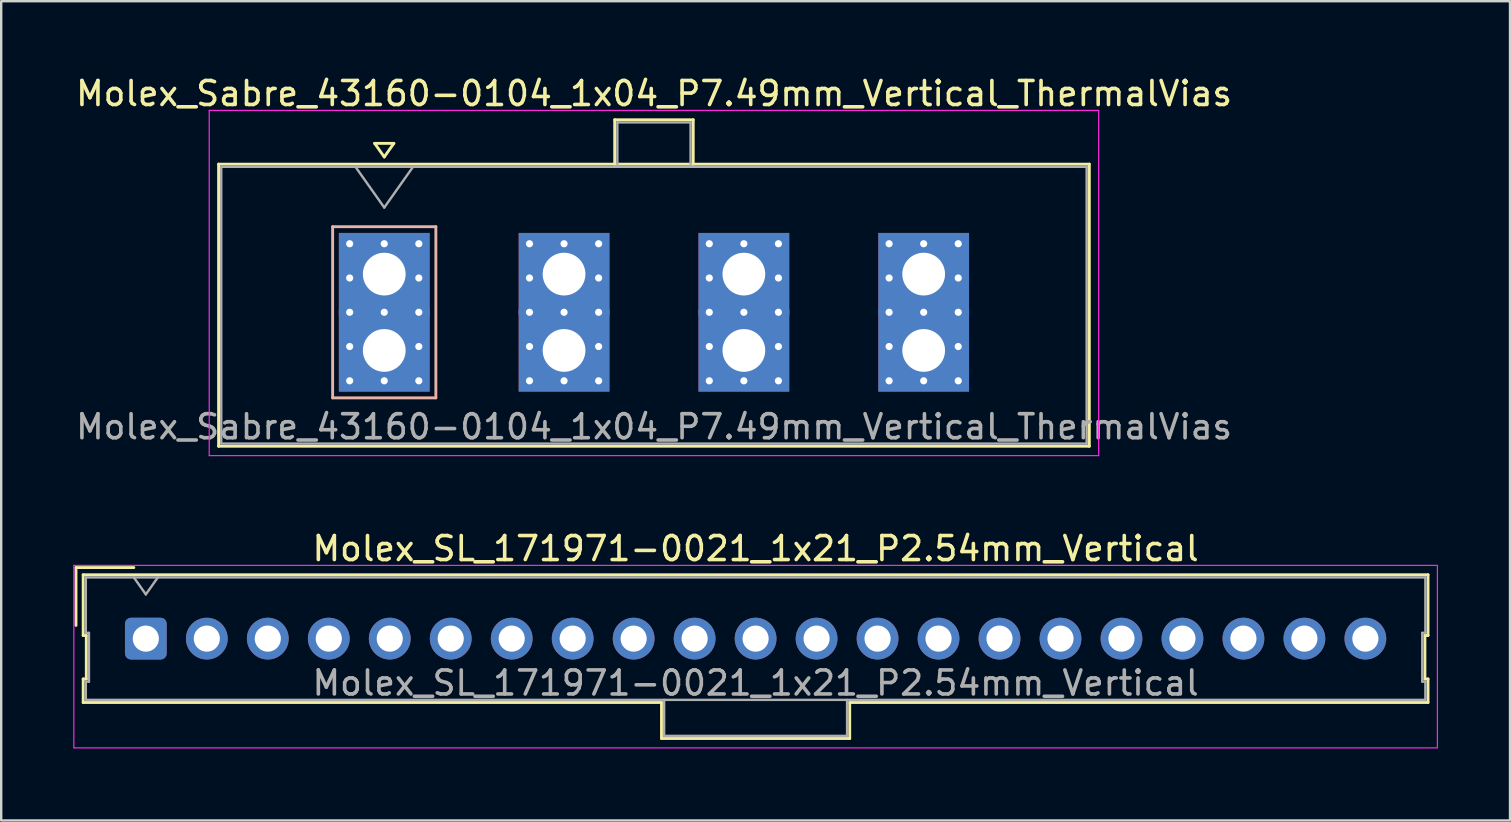
<source format=kicad_pcb>
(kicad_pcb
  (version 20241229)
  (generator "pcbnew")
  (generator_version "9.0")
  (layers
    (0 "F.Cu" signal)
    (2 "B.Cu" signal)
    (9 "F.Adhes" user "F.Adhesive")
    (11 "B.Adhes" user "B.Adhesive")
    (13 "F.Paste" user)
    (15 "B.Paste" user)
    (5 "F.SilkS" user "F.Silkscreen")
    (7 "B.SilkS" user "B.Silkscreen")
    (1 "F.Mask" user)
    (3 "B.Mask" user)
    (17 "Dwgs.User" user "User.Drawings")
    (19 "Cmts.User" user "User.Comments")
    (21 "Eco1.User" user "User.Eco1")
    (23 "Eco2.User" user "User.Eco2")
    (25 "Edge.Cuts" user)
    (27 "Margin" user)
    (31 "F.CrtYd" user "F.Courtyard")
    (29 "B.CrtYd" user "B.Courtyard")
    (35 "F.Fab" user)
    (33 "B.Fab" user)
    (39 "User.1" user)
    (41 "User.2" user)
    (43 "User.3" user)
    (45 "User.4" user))
  (footprint "Molex_Sabre_43160-0104_1x04_P7.49mm_Vertical_ThermalVias"
    (layer "F.Cu")
    (at 12.956 11.548)
    (property "Reference" "Molex_Sabre_43160-0104_1x04_P7.49mm_Vertical_ThermalVias" (at 11.24 -10.7 0) (layer "F.SilkS") (effects (font (size 1 1) (thickness 0.15))))
    (attr through_hole)
    (fp_line (start -6.9 -7.76) (end -6.9 3.99) (stroke (width 0.12) (type solid)) (layer "F.SilkS"))
    (fp_line (start -6.9 3.99) (end 29.37 3.99) (stroke (width 0.12) (type solid)) (layer "F.SilkS"))
    (fp_line (start -0.4 -8.626) (end 0 -8.06) (stroke (width 0.12) (type solid)) (layer "F.SilkS"))
    (fp_line (start 0 -8.06) (end 0.4 -8.626) (stroke (width 0.12) (type solid)) (layer "F.SilkS"))
    (fp_line (start 0.4 -8.626) (end -0.4 -8.626) (stroke (width 0.12) (type solid)) (layer "F.SilkS"))
    (fp_line (start 9.6 -9.61) (end 12.87 -9.61) (stroke (width 0.12) (type solid)) (layer "F.SilkS"))
    (fp_line (start 9.6 -7.76) (end 9.6 -9.61) (stroke (width 0.12) (type solid)) (layer "F.SilkS"))
    (fp_line (start 12.87 -9.61) (end 12.87 -7.76) (stroke (width 0.12) (type solid)) (layer "F.SilkS"))
    (fp_line (start 29.37 -7.76) (end -6.9 -7.76) (stroke (width 0.12) (type solid)) (layer "F.SilkS"))
    (fp_line (start 29.37 3.99) (end 29.37 -7.76) (stroke (width 0.12) (type solid)) (layer "F.SilkS"))
    (fp_line (start -2.15 -5.155) (end -2.15 1.975) (stroke (width 0.12) (type solid)) (layer "B.SilkS"))
    (fp_line (start -2.15 1.975) (end 2.15 1.975) (stroke (width 0.12) (type solid)) (layer "B.SilkS"))
    (fp_line (start 2.15 -5.155) (end -2.15 -5.155) (stroke (width 0.12) (type solid)) (layer "B.SilkS"))
    (fp_line (start 2.15 1.975) (end 2.15 -5.155) (stroke (width 0.12) (type solid)) (layer "B.SilkS"))
    (fp_line (start -7.29 -10) (end -7.29 4.38) (stroke (width 0.05) (type solid)) (layer "F.CrtYd"))
    (fp_line (start -7.29 4.38) (end 29.76 4.38) (stroke (width 0.05) (type solid)) (layer "F.CrtYd"))
    (fp_line (start 29.76 -10) (end -7.29 -10) (stroke (width 0.05) (type solid)) (layer "F.CrtYd"))
    (fp_line (start 29.76 4.38) (end 29.76 -10) (stroke (width 0.05) (type solid)) (layer "F.CrtYd"))
    (fp_line (start -6.79 -7.65) (end -6.79 3.88) (stroke (width 0.1) (type solid)) (layer "F.Fab"))
    (fp_line (start -6.79 3.88) (end 29.26 3.88) (stroke (width 0.1) (type solid)) (layer "F.Fab"))
    (fp_line (start -1.2 -7.65) (end 0 -5.953) (stroke (width 0.1) (type solid)) (layer "F.Fab"))
    (fp_line (start 0 -5.953) (end 1.2 -7.65) (stroke (width 0.1) (type solid)) (layer "F.Fab"))
    (fp_line (start 9.71 -9.5) (end 12.76 -9.5) (stroke (width 0.1) (type solid)) (layer "F.Fab"))
    (fp_line (start 9.71 -7.65) (end 9.71 -9.5) (stroke (width 0.1) (type solid)) (layer "F.Fab"))
    (fp_line (start 12.76 -9.5) (end 12.76 -7.65) (stroke (width 0.1) (type solid)) (layer "F.Fab"))
    (fp_line (start 29.26 -7.65) (end -6.79 -7.65) (stroke (width 0.1) (type solid)) (layer "F.Fab"))
    (fp_line (start 29.26 3.88) (end 29.26 -7.65) (stroke (width 0.1) (type solid)) (layer "F.Fab"))
    (fp_text user "${REFERENCE}" (at 11.24 3.18 0) (layer "F.Fab") (effects (font (size 1 1) (thickness 0.15))))
    (pad "1" thru_hole rect (at -1.44 -4.445) (size 0.6 0.6) (drill 0.3) (layers "*.Cu" "*.Mask"))
    (pad "1" thru_hole rect (at -1.44 -3.018) (size 0.6 0.6) (drill 0.3) (layers "*.Cu" "*.Mask"))
    (pad "1" thru_hole rect (at -1.44 -1.59) (size 0.6 0.6) (drill 0.3) (layers "*.Cu" "*.Mask"))
    (pad "1" thru_hole rect (at -1.44 -0.163) (size 0.6 0.6) (drill 0.3) (layers "*.Cu" "*.Mask"))
    (pad "1" thru_hole rect (at -1.44 1.265) (size 0.6 0.6) (drill 0.3) (layers "*.Cu" "*.Mask"))
    (pad "1" thru_hole rect (at 0 -4.445) (size 0.6 0.6) (drill 0.3) (layers "*.Cu" "*.Mask"))
    (pad "1" thru_hole rect (at 0 -3.18) (size 3.78 3.43) (drill 1.78) (layers "*.Cu" "*.Mask"))
    (pad "1" thru_hole rect (at 0 -1.59) (size 0.6 0.6) (drill 0.3) (layers "*.Cu" "*.Mask"))
    (pad "1" thru_hole rect (at 0 0) (size 3.78 3.43) (drill 1.78) (layers "*.Cu" "*.Mask"))
    (pad "1" thru_hole rect (at 0 1.265) (size 0.6 0.6) (drill 0.3) (layers "*.Cu" "*.Mask"))
    (pad "1" thru_hole rect (at 1.44 -4.445) (size 0.6 0.6) (drill 0.3) (layers "*.Cu" "*.Mask"))
    (pad "1" thru_hole rect (at 1.44 -3.018) (size 0.6 0.6) (drill 0.3) (layers "*.Cu" "*.Mask"))
    (pad "1" thru_hole rect (at 1.44 -1.59) (size 0.6 0.6) (drill 0.3) (layers "*.Cu" "*.Mask"))
    (pad "1" thru_hole rect (at 1.44 -0.163) (size 0.6 0.6) (drill 0.3) (layers "*.Cu" "*.Mask"))
    (pad "1" thru_hole rect (at 1.44 1.265) (size 0.6 0.6) (drill 0.3) (layers "*.Cu" "*.Mask"))
    (pad "2" thru_hole circle (at 6.05 -4.445) (size 0.6 0.6) (drill 0.3) (layers "*.Cu" "*.Mask"))
    (pad "2" thru_hole circle (at 6.05 -3.018) (size 0.6 0.6) (drill 0.3) (layers "*.Cu" "*.Mask"))
    (pad "2" thru_hole circle (at 6.05 -1.59) (size 0.6 0.6) (drill 0.3) (layers "*.Cu" "*.Mask"))
    (pad "2" thru_hole circle (at 6.05 -0.163) (size 0.6 0.6) (drill 0.3) (layers "*.Cu" "*.Mask"))
    (pad "2" thru_hole circle (at 6.05 1.265) (size 0.6 0.6) (drill 0.3) (layers "*.Cu" "*.Mask"))
    (pad "2" thru_hole circle (at 7.49 -4.445) (size 0.6 0.6) (drill 0.3) (layers "*.Cu" "*.Mask"))
    (pad "2" thru_hole rect (at 7.49 -3.18) (size 3.78 3.43) (drill 1.78) (layers "*.Cu" "*.Mask"))
    (pad "2" thru_hole circle (at 7.49 -1.59) (size 0.6 0.6) (drill 0.3) (layers "*.Cu" "*.Mask"))
    (pad "2" thru_hole rect (at 7.49 0) (size 3.78 3.43) (drill 1.78) (layers "*.Cu" "*.Mask"))
    (pad "2" thru_hole circle (at 7.49 1.265) (size 0.6 0.6) (drill 0.3) (layers "*.Cu" "*.Mask"))
    (pad "2" thru_hole circle (at 8.93 -4.445) (size 0.6 0.6) (drill 0.3) (layers "*.Cu" "*.Mask"))
    (pad "2" thru_hole circle (at 8.93 -3.018) (size 0.6 0.6) (drill 0.3) (layers "*.Cu" "*.Mask"))
    (pad "2" thru_hole circle (at 8.93 -1.59) (size 0.6 0.6) (drill 0.3) (layers "*.Cu" "*.Mask"))
    (pad "2" thru_hole circle (at 8.93 -0.163) (size 0.6 0.6) (drill 0.3) (layers "*.Cu" "*.Mask"))
    (pad "2" thru_hole circle (at 8.93 1.265) (size 0.6 0.6) (drill 0.3) (layers "*.Cu" "*.Mask"))
    (pad "3" thru_hole circle (at 13.54 -4.445) (size 0.6 0.6) (drill 0.3) (layers "*.Cu" "*.Mask"))
    (pad "3" thru_hole circle (at 13.54 -3.018) (size 0.6 0.6) (drill 0.3) (layers "*.Cu" "*.Mask"))
    (pad "3" thru_hole circle (at 13.54 -1.59) (size 0.6 0.6) (drill 0.3) (layers "*.Cu" "*.Mask"))
    (pad "3" thru_hole circle (at 13.54 -0.163) (size 0.6 0.6) (drill 0.3) (layers "*.Cu" "*.Mask"))
    (pad "3" thru_hole circle (at 13.54 1.265) (size 0.6 0.6) (drill 0.3) (layers "*.Cu" "*.Mask"))
    (pad "3" thru_hole circle (at 14.98 -4.445) (size 0.6 0.6) (drill 0.3) (layers "*.Cu" "*.Mask"))
    (pad "3" thru_hole rect (at 14.98 -3.18) (size 3.78 3.43) (drill 1.78) (layers "*.Cu" "*.Mask"))
    (pad "3" thru_hole circle (at 14.98 -1.59) (size 0.6 0.6) (drill 0.3) (layers "*.Cu" "*.Mask"))
    (pad "3" thru_hole rect (at 14.98 0) (size 3.78 3.43) (drill 1.78) (layers "*.Cu" "*.Mask"))
    (pad "3" thru_hole circle (at 14.98 1.265) (size 0.6 0.6) (drill 0.3) (layers "*.Cu" "*.Mask"))
    (pad "3" thru_hole circle (at 16.42 -4.445) (size 0.6 0.6) (drill 0.3) (layers "*.Cu" "*.Mask"))
    (pad "3" thru_hole circle (at 16.42 -3.018) (size 0.6 0.6) (drill 0.3) (layers "*.Cu" "*.Mask"))
    (pad "3" thru_hole circle (at 16.42 -1.59) (size 0.6 0.6) (drill 0.3) (layers "*.Cu" "*.Mask"))
    (pad "3" thru_hole circle (at 16.42 -0.163) (size 0.6 0.6) (drill 0.3) (layers "*.Cu" "*.Mask"))
    (pad "3" thru_hole circle (at 16.42 1.265) (size 0.6 0.6) (drill 0.3) (layers "*.Cu" "*.Mask"))
    (pad "4" thru_hole circle (at 21.03 -4.445) (size 0.6 0.6) (drill 0.3) (layers "*.Cu" "*.Mask"))
    (pad "4" thru_hole circle (at 21.03 -3.018) (size 0.6 0.6) (drill 0.3) (layers "*.Cu" "*.Mask"))
    (pad "4" thru_hole circle (at 21.03 -1.59) (size 0.6 0.6) (drill 0.3) (layers "*.Cu" "*.Mask"))
    (pad "4" thru_hole circle (at 21.03 -0.163) (size 0.6 0.6) (drill 0.3) (layers "*.Cu" "*.Mask"))
    (pad "4" thru_hole circle (at 21.03 1.265) (size 0.6 0.6) (drill 0.3) (layers "*.Cu" "*.Mask"))
    (pad "4" thru_hole circle (at 22.47 -4.445) (size 0.6 0.6) (drill 0.3) (layers "*.Cu" "*.Mask"))
    (pad "4" thru_hole rect (at 22.47 -3.18) (size 3.78 3.43) (drill 1.78) (layers "*.Cu" "*.Mask"))
    (pad "4" thru_hole circle (at 22.47 -1.59) (size 0.6 0.6) (drill 0.3) (layers "*.Cu" "*.Mask"))
    (pad "4" thru_hole rect (at 22.47 0) (size 3.78 3.43) (drill 1.78) (layers "*.Cu" "*.Mask"))
    (pad "4" thru_hole circle (at 22.47 1.265) (size 0.6 0.6) (drill 0.3) (layers "*.Cu" "*.Mask"))
    (pad "4" thru_hole circle (at 23.91 -4.445) (size 0.6 0.6) (drill 0.3) (layers "*.Cu" "*.Mask"))
    (pad "4" thru_hole circle (at 23.91 -3.018) (size 0.6 0.6) (drill 0.3) (layers "*.Cu" "*.Mask"))
    (pad "4" thru_hole circle (at 23.91 -1.59) (size 0.6 0.6) (drill 0.3) (layers "*.Cu" "*.Mask"))
    (pad "4" thru_hole circle (at 23.91 -0.163) (size 0.6 0.6) (drill 0.3) (layers "*.Cu" "*.Mask"))
    (pad "4" thru_hole circle (at 23.91 1.265) (size 0.6 0.6) (drill 0.3) (layers "*.Cu" "*.Mask")))
  (footprint "Molex_SL_171971-0021_1x21_P2.54mm_Vertical"
    (layer "F.Cu")
    (at 3.025 23.552)
    (property "Reference" "Molex_SL_171971-0021_1x21_P2.54mm_Vertical" (at 25.4 -3.75 0) (layer "F.SilkS") (effects (font (size 1 1) (thickness 0.15))))
    (attr through_hole)
    (fp_line (start -2.91 -2.96) (end -0.5 -2.96) (stroke (width 0.12) (type solid)) (layer "F.SilkS"))
    (fp_line (start -2.91 -0.55) (end -2.91 -2.96) (stroke (width 0.12) (type solid)) (layer "F.SilkS"))
    (fp_line (start -2.61 -2.66) (end -2.61 -0.13) (stroke (width 0.12) (type solid)) (layer "F.SilkS"))
    (fp_line (start -2.61 -0.13) (end -2.48 -0.13) (stroke (width 0.12) (type solid)) (layer "F.SilkS"))
    (fp_line (start -2.61 1.68) (end -2.61 2.66) (stroke (width 0.12) (type solid)) (layer "F.SilkS"))
    (fp_line (start -2.61 2.66) (end 21.48 2.66) (stroke (width 0.12) (type solid)) (layer "F.SilkS"))
    (fp_line (start -2.48 -0.13) (end -2.48 1.68) (stroke (width 0.12) (type solid)) (layer "F.SilkS"))
    (fp_line (start -2.48 1.68) (end -2.61 1.68) (stroke (width 0.12) (type solid)) (layer "F.SilkS"))
    (fp_line (start 21.48 2.66) (end 21.48 4.16) (stroke (width 0.12) (type solid)) (layer "F.SilkS"))
    (fp_line (start 21.48 4.16) (end 29.32 4.16) (stroke (width 0.12) (type solid)) (layer "F.SilkS"))
    (fp_line (start 29.32 2.66) (end 53.41 2.66) (stroke (width 0.12) (type solid)) (layer "F.SilkS"))
    (fp_line (start 29.32 4.16) (end 29.32 2.66) (stroke (width 0.12) (type solid)) (layer "F.SilkS"))
    (fp_line (start 53.28 -0.13) (end 53.41 -0.13) (stroke (width 0.12) (type solid)) (layer "F.SilkS"))
    (fp_line (start 53.28 1.68) (end 53.28 -0.13) (stroke (width 0.12) (type solid)) (layer "F.SilkS"))
    (fp_line (start 53.41 -2.66) (end -2.61 -2.66) (stroke (width 0.12) (type solid)) (layer "F.SilkS"))
    (fp_line (start 53.41 -0.13) (end 53.41 -2.66) (stroke (width 0.12) (type solid)) (layer "F.SilkS"))
    (fp_line (start 53.41 1.68) (end 53.28 1.68) (stroke (width 0.12) (type solid)) (layer "F.SilkS"))
    (fp_line (start 53.41 2.66) (end 53.41 1.68) (stroke (width 0.12) (type solid)) (layer "F.SilkS"))
    (fp_line (start -3 -3.05) (end -3 4.55) (stroke (width 0.05) (type solid)) (layer "F.CrtYd"))
    (fp_line (start -3 4.55) (end 53.8 4.55) (stroke (width 0.05) (type solid)) (layer "F.CrtYd"))
    (fp_line (start 53.8 -3.05) (end -3 -3.05) (stroke (width 0.05) (type solid)) (layer "F.CrtYd"))
    (fp_line (start 53.8 4.55) (end 53.8 -3.05) (stroke (width 0.05) (type solid)) (layer "F.CrtYd"))
    (fp_line (start -2.5 -2.55) (end -2.5 -0.24) (stroke (width 0.1) (type solid)) (layer "F.Fab"))
    (fp_line (start -2.5 -0.24) (end -2.37 -0.24) (stroke (width 0.1) (type solid)) (layer "F.Fab"))
    (fp_line (start -2.5 1.79) (end -2.5 2.55) (stroke (width 0.1) (type solid)) (layer "F.Fab"))
    (fp_line (start -2.5 2.55) (end 53.3 2.55) (stroke (width 0.1) (type solid)) (layer "F.Fab"))
    (fp_line (start -2.37 -0.24) (end -2.37 1.79) (stroke (width 0.1) (type solid)) (layer "F.Fab"))
    (fp_line (start -2.37 1.79) (end -2.5 1.79) (stroke (width 0.1) (type solid)) (layer "F.Fab"))
    (fp_line (start 0 -1.843) (end -0.5 -2.55) (stroke (width 0.1) (type solid)) (layer "F.Fab"))
    (fp_line (start 0.5 -2.55) (end 0 -1.843) (stroke (width 0.1) (type solid)) (layer "F.Fab"))
    (fp_line (start 21.59 2.55) (end 21.59 4.05) (stroke (width 0.1) (type solid)) (layer "F.Fab"))
    (fp_line (start 21.59 4.05) (end 29.21 4.05) (stroke (width 0.1) (type solid)) (layer "F.Fab"))
    (fp_line (start 29.21 4.05) (end 29.21 2.55) (stroke (width 0.1) (type solid)) (layer "F.Fab"))
    (fp_line (start 53.17 -0.24) (end 53.3 -0.24) (stroke (width 0.1) (type solid)) (layer "F.Fab"))
    (fp_line (start 53.17 1.79) (end 53.17 -0.24) (stroke (width 0.1) (type solid)) (layer "F.Fab"))
    (fp_line (start 53.3 -2.55) (end -2.5 -2.55) (stroke (width 0.1) (type solid)) (layer "F.Fab"))
    (fp_line (start 53.3 -0.24) (end 53.3 -2.55) (stroke (width 0.1) (type solid)) (layer "F.Fab"))
    (fp_line (start 53.3 1.79) (end 53.17 1.79) (stroke (width 0.1) (type solid)) (layer "F.Fab"))
    (fp_line (start 53.3 2.55) (end 53.3 1.79) (stroke (width 0.1) (type solid)) (layer "F.Fab"))
    (fp_text user "${REFERENCE}" (at 25.4 1.85 0) (layer "F.Fab") (effects (font (size 1 1) (thickness 0.15))))
    (pad "1" thru_hole roundrect (at 0 0) (size 1.74 1.74) (drill 1.09) (layers "*.Cu" "*.Mask") (roundrect_rratio 0.144))
    (pad "2" thru_hole circle (at 2.54 0) (size 1.74 1.74) (drill 1.09) (layers "*.Cu" "*.Mask"))
    (pad "3" thru_hole circle (at 5.08 0) (size 1.74 1.74) (drill 1.09) (layers "*.Cu" "*.Mask"))
    (pad "4" thru_hole circle (at 7.62 0) (size 1.74 1.74) (drill 1.09) (layers "*.Cu" "*.Mask"))
    (pad "5" thru_hole circle (at 10.16 0) (size 1.74 1.74) (drill 1.09) (layers "*.Cu" "*.Mask"))
    (pad "6" thru_hole circle (at 12.7 0) (size 1.74 1.74) (drill 1.09) (layers "*.Cu" "*.Mask"))
    (pad "7" thru_hole circle (at 15.24 0) (size 1.74 1.74) (drill 1.09) (layers "*.Cu" "*.Mask"))
    (pad "8" thru_hole circle (at 17.78 0) (size 1.74 1.74) (drill 1.09) (layers "*.Cu" "*.Mask"))
    (pad "9" thru_hole circle (at 20.32 0) (size 1.74 1.74) (drill 1.09) (layers "*.Cu" "*.Mask"))
    (pad "10" thru_hole circle (at 22.86 0) (size 1.74 1.74) (drill 1.09) (layers "*.Cu" "*.Mask"))
    (pad "11" thru_hole circle (at 25.4 0) (size 1.74 1.74) (drill 1.09) (layers "*.Cu" "*.Mask"))
    (pad "12" thru_hole circle (at 27.94 0) (size 1.74 1.74) (drill 1.09) (layers "*.Cu" "*.Mask"))
    (pad "13" thru_hole circle (at 30.48 0) (size 1.74 1.74) (drill 1.09) (layers "*.Cu" "*.Mask"))
    (pad "14" thru_hole circle (at 33.02 0) (size 1.74 1.74) (drill 1.09) (layers "*.Cu" "*.Mask"))
    (pad "15" thru_hole circle (at 35.56 0) (size 1.74 1.74) (drill 1.09) (layers "*.Cu" "*.Mask"))
    (pad "16" thru_hole circle (at 38.1 0) (size 1.74 1.74) (drill 1.09) (layers "*.Cu" "*.Mask"))
    (pad "17" thru_hole circle (at 40.64 0) (size 1.74 1.74) (drill 1.09) (layers "*.Cu" "*.Mask"))
    (pad "18" thru_hole circle (at 43.18 0) (size 1.74 1.74) (drill 1.09) (layers "*.Cu" "*.Mask"))
    (pad "19" thru_hole circle (at 45.72 0) (size 1.74 1.74) (drill 1.09) (layers "*.Cu" "*.Mask"))
    (pad "20" thru_hole circle (at 48.26 0) (size 1.74 1.74) (drill 1.09) (layers "*.Cu" "*.Mask"))
    (pad "21" thru_hole circle (at 50.8 0) (size 1.74 1.74) (drill 1.09) (layers "*.Cu" "*.Mask")))
  (gr_rect
    (start -3 -3)
    (end 59.85 31.127)
    (stroke (width 0.1) (type default))
    (fill no)
    (layer "Edge.Cuts")))
</source>
